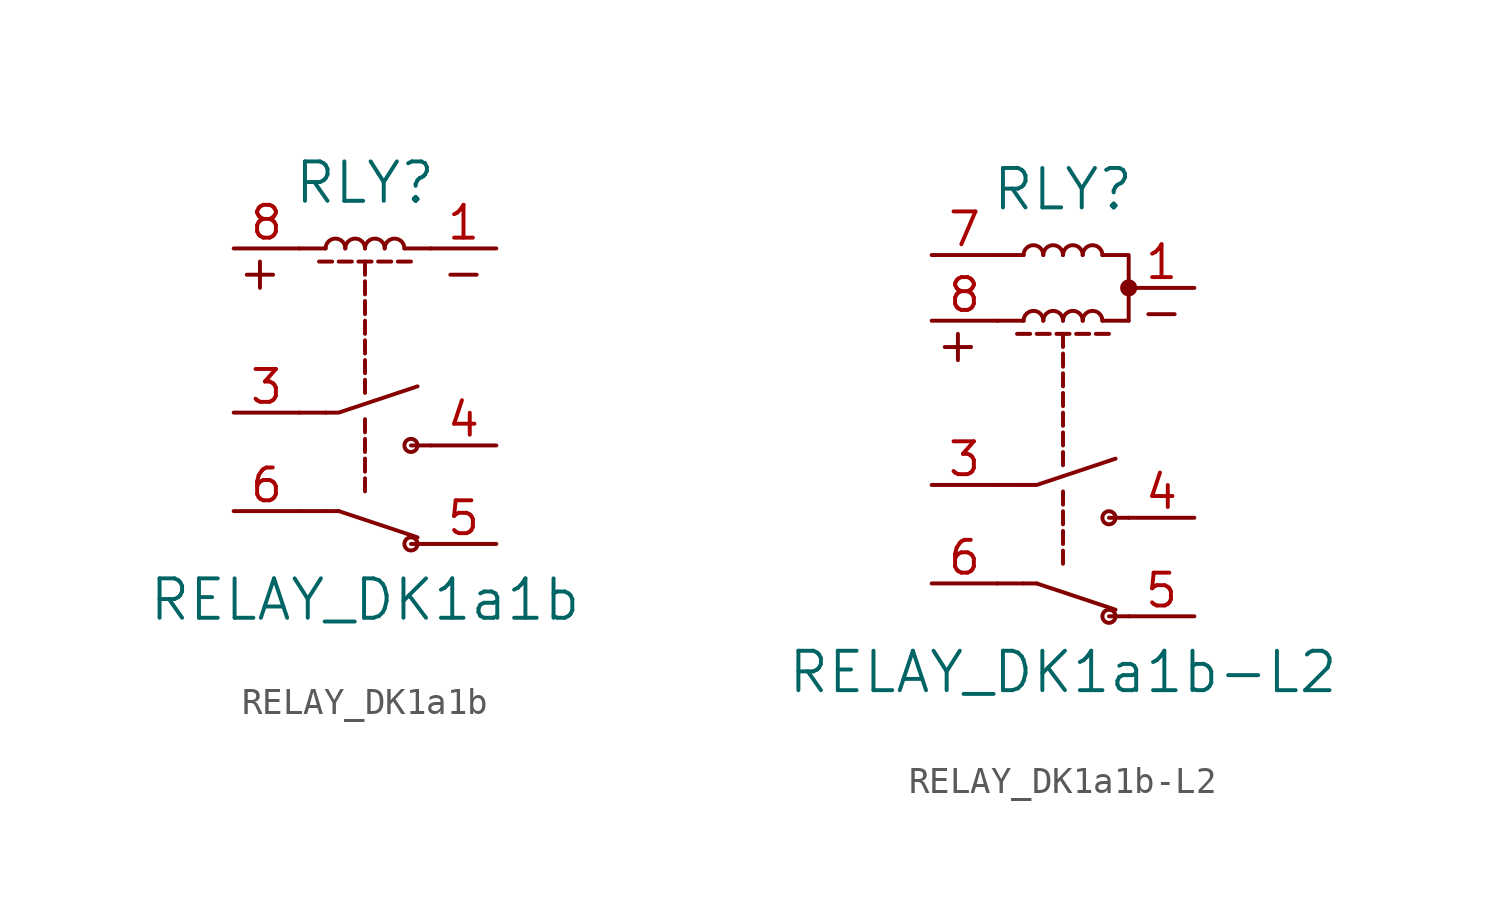
<source format=kicad_sym>
(kicad_symbol_lib
  (version 20220914)
  (generator kicad_symbol_editor)
  (symbol "RELAY_DK1a1b"
    (pin_names
      (offset 1.016))
    (property "Reference" "RLY"
      (at 0 7.62 0)
      (effects (font (size 1.524 1.524))))
    (property "Value" "RELAY_DK1a1b"
      (at 0 -8.509 0)
      (effects (font (size 1.524 1.524))))
    (property "Footprint" ""
      (at 0 0 0)
      (effects (font (size 1.524 1.524))))
    (property "Datasheet" ""
      (at 0 0 0)
      (effects (font (size 1.524 1.524))))
    (symbol "RELAY_DK1a1b_0_1"
      (arc (start -0.762 5.08) (mid -1.143 5.4594) (end -1.524 5.08) (stroke (width 0) (type solid)) (fill (type none)))
      (polyline (pts (xy -4.572 4.064) (xy -3.556 4.064)) (stroke (width 0) (type solid)) (fill (type none)))
      (polyline (pts (xy -4.064 4.572) (xy -4.064 3.556)) (stroke (width 0) (type solid)) (fill (type none)))
      (polyline (pts (xy -1.016 -5.08) (xy -1.524 -5.08)) (stroke (width 0) (type solid)) (fill (type none)))
      (polyline (pts (xy 2.032 -6.096) (xy -1.016 -5.08)) (stroke (width 0) (type solid)) (fill (type none)))
      (polyline (pts (xy 3.302 4.064) (xy 4.318 4.064)) (stroke (width 0) (type solid)) (fill (type none)))
      (polyline (pts (xy -1.778 4.572) (xy -1.27 4.572) (xy -1.27 4.572)) (stroke (width 0) (type solid)) (fill (type none)))
      (polyline (pts (xy -1.524 -5.08) (xy -2.54 -5.08) (xy -2.54 -5.08)) (stroke (width 0) (type solid)) (fill (type none)))
      (polyline (pts (xy -1.524 -1.27) (xy -2.54 -1.27) (xy -2.54 -1.27)) (stroke (width 0) (type solid)) (fill (type none)))
      (polyline (pts (xy -1.524 5.08) (xy -2.54 5.08) (xy -2.54 5.08)) (stroke (width 0) (type solid)) (fill (type none)))
      (polyline (pts (xy -1.016 4.572) (xy -0.508 4.572) (xy -0.508 4.572)) (stroke (width 0) (type solid)) (fill (type none)))
      (polyline (pts (xy -0.254 4.572) (xy 0.254 4.572) (xy 0.254 4.572)) (stroke (width 0) (type solid)) (fill (type none)))
      (polyline (pts (xy 0 -3.81) (xy 0 -4.318) (xy 0 -4.318)) (stroke (width 0) (type solid)) (fill (type none)))
      (polyline (pts (xy 0 -3.048) (xy 0 -3.556) (xy 0 -3.556)) (stroke (width 0) (type solid)) (fill (type none)))
      (polyline (pts (xy 0 -2.286) (xy 0 -2.794) (xy 0 -2.794)) (stroke (width 0) (type solid)) (fill (type none)))
      (polyline (pts (xy 0 -1.524) (xy 0 -2.032) (xy 0 -2.032)) (stroke (width 0) (type solid)) (fill (type none)))
      (polyline (pts (xy 0 0) (xy 0 -0.508) (xy 0 -0.508)) (stroke (width 0) (type solid)) (fill (type none)))
      (polyline (pts (xy 0 0.762) (xy 0 0.254) (xy 0 0.254)) (stroke (width 0) (type solid)) (fill (type none)))
      (polyline (pts (xy 0 1.524) (xy 0 1.016) (xy 0 1.016)) (stroke (width 0) (type solid)) (fill (type none)))
      (polyline (pts (xy 0 2.286) (xy 0 1.778) (xy 0 1.778)) (stroke (width 0) (type solid)) (fill (type none)))
      (polyline (pts (xy 0 3.048) (xy 0 2.54) (xy 0 2.54)) (stroke (width 0) (type solid)) (fill (type none)))
      (polyline (pts (xy 0 3.81) (xy 0 3.302) (xy 0 3.302)) (stroke (width 0) (type solid)) (fill (type none)))
      (polyline (pts (xy 0 4.572) (xy 0 4.064) (xy 0 4.064)) (stroke (width 0) (type solid)) (fill (type none)))
      (polyline (pts (xy 0.508 4.572) (xy 1.016 4.572) (xy 1.016 4.572)) (stroke (width 0) (type solid)) (fill (type none)))
      (polyline (pts (xy 1.27 4.572) (xy 1.778 4.572) (xy 1.778 4.572)) (stroke (width 0) (type solid)) (fill (type none)))
      (polyline (pts (xy 1.524 5.08) (xy 2.54 5.08) (xy 2.54 5.08)) (stroke (width 0) (type solid)) (fill (type none)))
      (polyline (pts (xy 2.54 -6.35) (xy 1.778 -6.35) (xy 1.778 -6.35)) (stroke (width 0) (type solid)) (fill (type none)))
      (polyline (pts (xy 2.54 -2.54) (xy 1.778 -2.54) (xy 1.778 -2.54)) (stroke (width 0) (type solid)) (fill (type none)))
      (polyline (pts (xy -1.524 -1.27) (xy -1.016 -1.27) (xy 2.032 -0.254) (xy 2.032 -0.254)) (stroke (width 0) (type solid)) (fill (type none)))
      (arc (start 0 5.08) (mid -0.381 5.4594) (end -0.762 5.08) (stroke (width 0) (type solid)) (fill (type none)))
      (arc (start 0.762 5.08) (mid 0.381 5.4594) (end 0 5.08) (stroke (width 0) (type solid)) (fill (type none)))
      (arc (start 1.524 5.08) (mid 1.143 5.4594) (end 0.762 5.08) (stroke (width 0) (type solid)) (fill (type none)))
      (circle (center 1.778 -6.35) (radius 0.254) (stroke (width 0) (type solid)) (fill (type none)))
      (circle (center 1.778 -2.54) (radius 0.254) (stroke (width 0) (type solid)) (fill (type none))))
    (symbol "RELAY_DK1a1b_1_1"
      (pin passive line (at 5.08 5.08 180) (length 2.54) (name "~" (effects (font (size 1.27 1.27)))) (number "1" (effects (font (size 1.27 1.27)))))
      (pin passive line (at -5.08 -1.27 0) (length 2.54) (name "~" (effects (font (size 1.27 1.27)))) (number "3" (effects (font (size 1.27 1.27)))))
      (pin passive line (at 5.08 -2.54 180) (length 2.54) (name "~" (effects (font (size 1.27 1.27)))) (number "4" (effects (font (size 1.27 1.27)))))
      (pin passive line (at 5.08 -6.35 180) (length 2.54) (name "~" (effects (font (size 1.27 1.27)))) (number "5" (effects (font (size 1.27 1.27)))))
      (pin passive line (at -5.08 -5.08 0) (length 2.54) (name "~" (effects (font (size 1.27 1.27)))) (number "6" (effects (font (size 1.27 1.27)))))
      (pin passive line (at -5.08 5.08 0) (length 2.54) (name "~" (effects (font (size 1.27 1.27)))) (number "8" (effects (font (size 1.27 1.27)))))))
  (symbol "RELAY_DK1a1b-L2"
    (pin_names
      (offset 1.016))
    (property "Reference" "RLY"
      (at 0 8.89 0)
      (effects (font (size 1.524 1.524))))
    (property "Value" "RELAY_DK1a1b-L2"
      (at 0 -9.779 0)
      (effects (font (size 1.524 1.524))))
    (property "Footprint" ""
      (at 0 0 0)
      (effects (font (size 1.524 1.524))))
    (property "Datasheet" ""
      (at 0 0 0)
      (effects (font (size 1.524 1.524))))
    (symbol "RELAY_DK1a1b-L2_0_1"
      (arc (start -0.762 3.81) (mid -1.143 4.1894) (end -1.524 3.81) (stroke (width 0) (type solid)) (fill (type none)))
      (arc (start -0.762 6.35) (mid -1.143 6.7294) (end -1.524 6.35) (stroke (width 0) (type solid)) (fill (type none)))
      (polyline (pts (xy -4.572 2.794) (xy -3.556 2.794)) (stroke (width 0) (type solid)) (fill (type none)))
      (polyline (pts (xy -4.064 3.302) (xy -4.064 2.286)) (stroke (width 0) (type solid)) (fill (type none)))
      (polyline (pts (xy -2.54 6.35) (xy -1.524 6.35)) (stroke (width 0) (type solid)) (fill (type none)))
      (polyline (pts (xy -1.016 -6.35) (xy -1.524 -6.35)) (stroke (width 0) (type solid)) (fill (type none)))
      (polyline (pts (xy 2.032 -7.366) (xy -1.016 -6.35)) (stroke (width 0) (type solid)) (fill (type none)))
      (polyline (pts (xy 3.302 4.064) (xy 4.318 4.064)) (stroke (width 0) (type solid)) (fill (type none)))
      (polyline (pts (xy -1.778 3.302) (xy -1.27 3.302) (xy -1.27 3.302)) (stroke (width 0) (type solid)) (fill (type none)))
      (polyline (pts (xy -1.524 -6.35) (xy -2.54 -6.35) (xy -2.54 -6.35)) (stroke (width 0) (type solid)) (fill (type none)))
      (polyline (pts (xy -1.524 -2.54) (xy -2.54 -2.54) (xy -2.54 -2.54)) (stroke (width 0) (type solid)) (fill (type none)))
      (polyline (pts (xy -1.524 3.81) (xy -2.54 3.81) (xy -2.54 3.81)) (stroke (width 0) (type solid)) (fill (type none)))
      (polyline (pts (xy -1.016 3.302) (xy -0.508 3.302) (xy -0.508 3.302)) (stroke (width 0) (type solid)) (fill (type none)))
      (polyline (pts (xy -0.254 3.302) (xy 0.254 3.302) (xy 0.254 3.302)) (stroke (width 0) (type solid)) (fill (type none)))
      (polyline (pts (xy 0 -5.08) (xy 0 -5.588) (xy 0 -5.588)) (stroke (width 0) (type solid)) (fill (type none)))
      (polyline (pts (xy 0 -4.318) (xy 0 -4.826) (xy 0 -4.826)) (stroke (width 0) (type solid)) (fill (type none)))
      (polyline (pts (xy 0 -3.556) (xy 0 -4.064) (xy 0 -4.064)) (stroke (width 0) (type solid)) (fill (type none)))
      (polyline (pts (xy 0 -2.794) (xy 0 -3.302) (xy 0 -3.302)) (stroke (width 0) (type solid)) (fill (type none)))
      (polyline (pts (xy 0 -1.27) (xy 0 -1.778) (xy 0 -1.778)) (stroke (width 0) (type solid)) (fill (type none)))
      (polyline (pts (xy 0 -0.508) (xy 0 -1.016) (xy 0 -1.016)) (stroke (width 0) (type solid)) (fill (type none)))
      (polyline (pts (xy 0 0.254) (xy 0 -0.254) (xy 0 -0.254)) (stroke (width 0) (type solid)) (fill (type none)))
      (polyline (pts (xy 0 1.016) (xy 0 0.508) (xy 0 0.508)) (stroke (width 0) (type solid)) (fill (type none)))
      (polyline (pts (xy 0 1.778) (xy 0 1.27) (xy 0 1.27)) (stroke (width 0) (type solid)) (fill (type none)))
      (polyline (pts (xy 0 2.54) (xy 0 2.032) (xy 0 2.032)) (stroke (width 0) (type solid)) (fill (type none)))
      (polyline (pts (xy 0 3.302) (xy 0 2.794) (xy 0 2.794)) (stroke (width 0) (type solid)) (fill (type none)))
      (polyline (pts (xy 0.508 3.302) (xy 1.016 3.302) (xy 1.016 3.302)) (stroke (width 0) (type solid)) (fill (type none)))
      (polyline (pts (xy 1.27 3.302) (xy 1.778 3.302) (xy 1.778 3.302)) (stroke (width 0) (type solid)) (fill (type none)))
      (polyline (pts (xy 1.524 3.81) (xy 2.54 3.81) (xy 2.54 3.81)) (stroke (width 0) (type solid)) (fill (type none)))
      (polyline (pts (xy 2.54 -7.62) (xy 1.778 -7.62) (xy 1.778 -7.62)) (stroke (width 0) (type solid)) (fill (type none)))
      (polyline (pts (xy 2.54 -3.81) (xy 1.778 -3.81) (xy 1.778 -3.81)) (stroke (width 0) (type solid)) (fill (type none)))
      (polyline (pts (xy 2.54 3.81) (xy 2.54 6.35) (xy 1.524 6.35)) (stroke (width 0) (type solid)) (fill (type none)))
      (polyline (pts (xy -1.524 -2.54) (xy -1.016 -2.54) (xy 2.032 -1.524) (xy 2.032 -1.524)) (stroke (width 0) (type solid)) (fill (type none)))
      (arc (start 0 3.81) (mid -0.381 4.1894) (end -0.762 3.81) (stroke (width 0) (type solid)) (fill (type none)))
      (arc (start 0 6.35) (mid -0.381 6.7294) (end -0.762 6.35) (stroke (width 0) (type solid)) (fill (type none)))
      (arc (start 0.762 3.81) (mid 0.381 4.1894) (end 0 3.81) (stroke (width 0) (type solid)) (fill (type none)))
      (arc (start 0.762 6.35) (mid 0.381 6.7294) (end 0 6.35) (stroke (width 0) (type solid)) (fill (type none)))
      (arc (start 1.524 3.81) (mid 1.143 4.1894) (end 0.762 3.81) (stroke (width 0) (type solid)) (fill (type none)))
      (arc (start 1.524 6.35) (mid 1.143 6.7294) (end 0.762 6.35) (stroke (width 0) (type solid)) (fill (type none)))
      (circle (center 1.778 -7.62) (radius 0.254) (stroke (width 0) (type solid)) (fill (type none)))
      (circle (center 1.778 -3.81) (radius 0.254) (stroke (width 0) (type solid)) (fill (type none)))
      (circle (center 2.54 5.08) (radius 0.254) (stroke (width 0) (type solid)) (fill (type outline))))
    (symbol "RELAY_DK1a1b-L2_1_1"
      (pin passive line (at 5.08 5.08 180) (length 2.54) (name "~" (effects (font (size 1.27 1.27)))) (number "1" (effects (font (size 1.27 1.27)))))
      (pin passive line (at -5.08 -2.54 0) (length 2.54) (name "~" (effects (font (size 1.27 1.27)))) (number "3" (effects (font (size 1.27 1.27)))))
      (pin passive line (at 5.08 -3.81 180) (length 2.54) (name "~" (effects (font (size 1.27 1.27)))) (number "4" (effects (font (size 1.27 1.27)))))
      (pin passive line (at 5.08 -7.62 180) (length 2.54) (name "~" (effects (font (size 1.27 1.27)))) (number "5" (effects (font (size 1.27 1.27)))))
      (pin passive line (at -5.08 -6.35 0) (length 2.54) (name "~" (effects (font (size 1.27 1.27)))) (number "6" (effects (font (size 1.27 1.27)))))
      (pin passive line (at -5.08 6.35 0) (length 2.54) (name "~" (effects (font (size 1.27 1.27)))) (number "7" (effects (font (size 1.27 1.27)))))
      (pin passive line (at -5.08 3.81 0) (length 2.54) (name "~" (effects (font (size 1.27 1.27)))) (number "8" (effects (font (size 1.27 1.27))))))))
</source>
